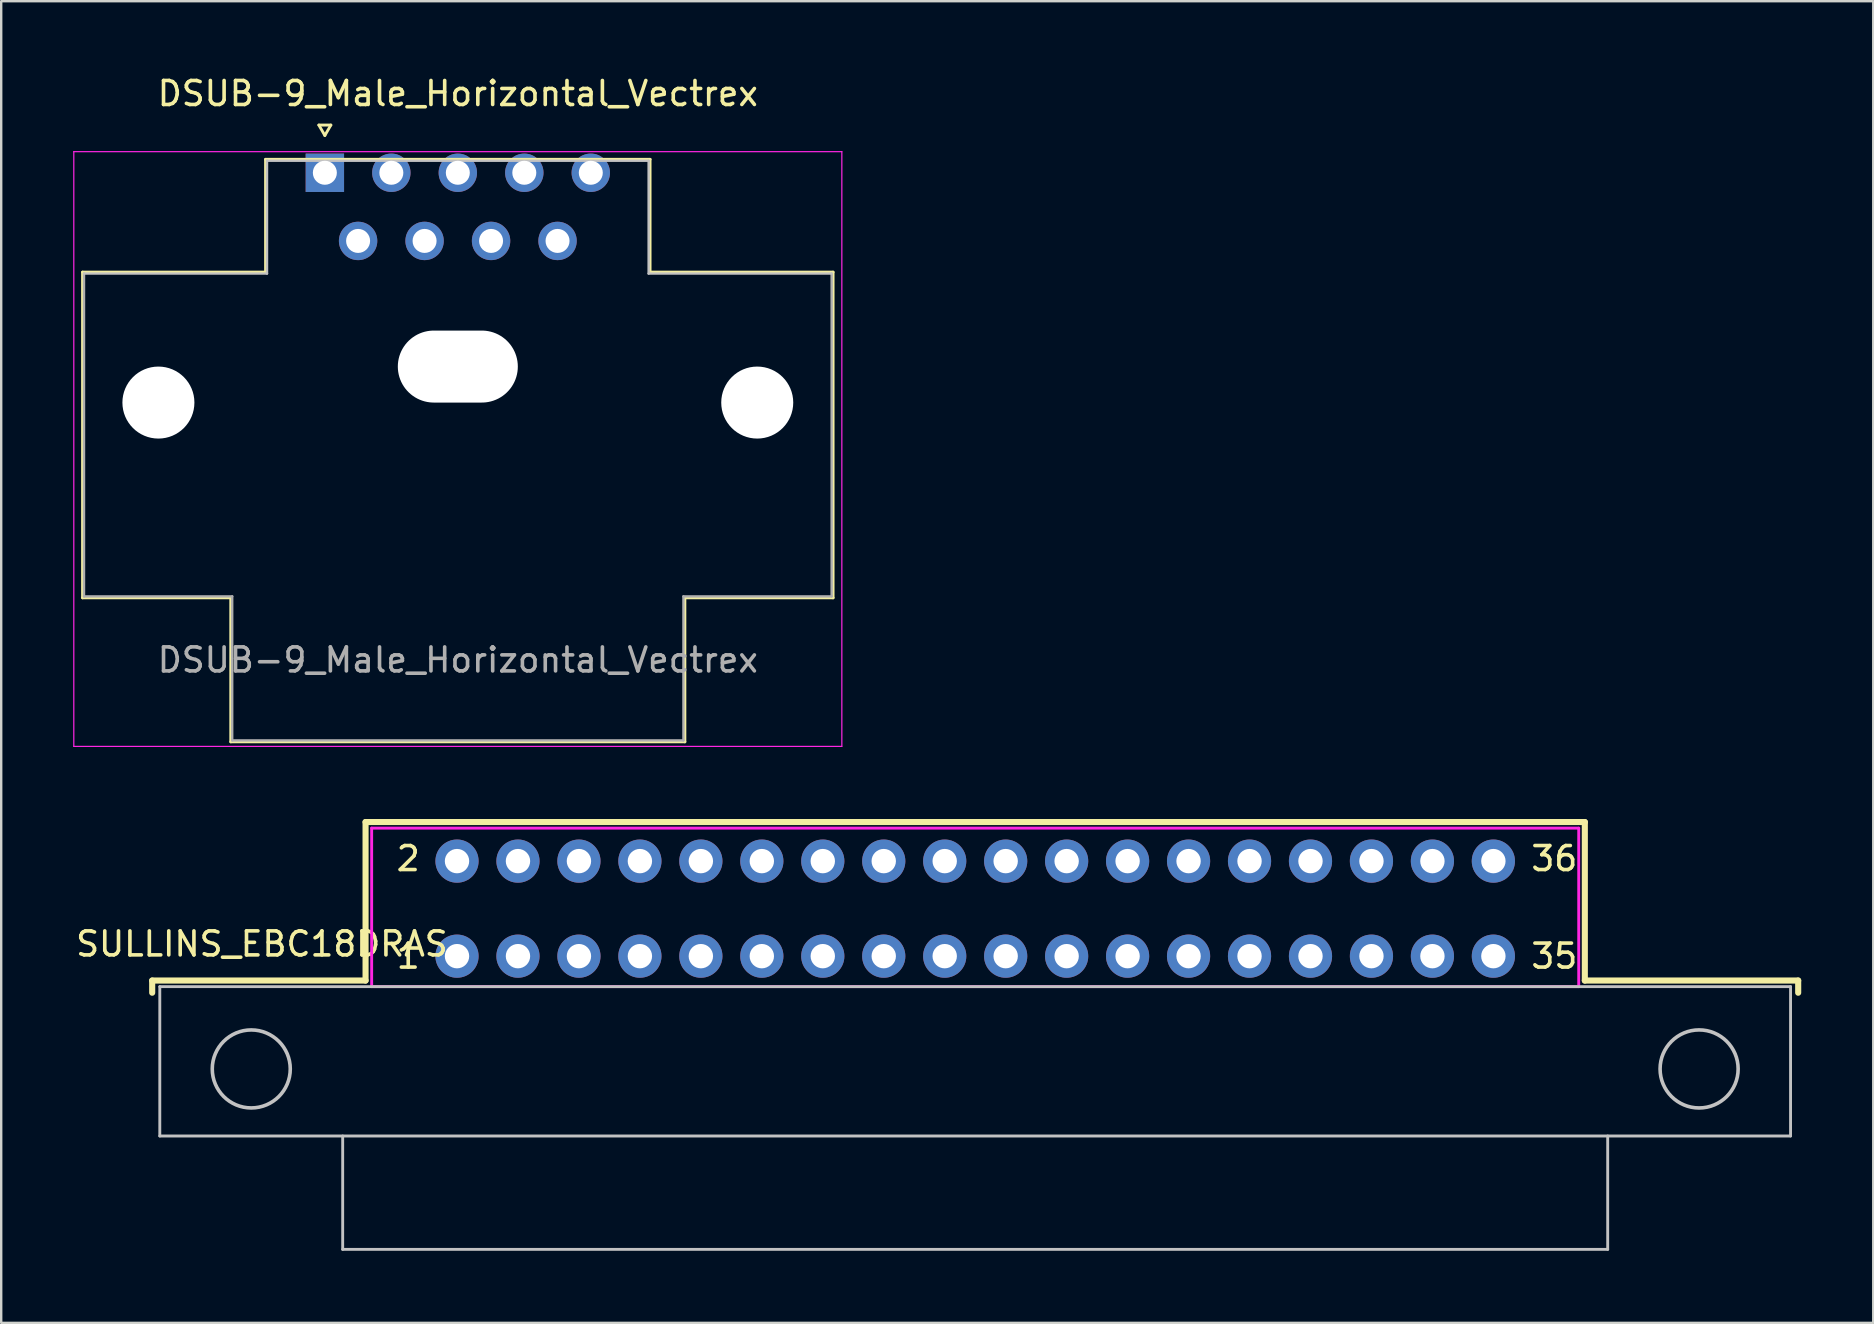
<source format=kicad_pcb>
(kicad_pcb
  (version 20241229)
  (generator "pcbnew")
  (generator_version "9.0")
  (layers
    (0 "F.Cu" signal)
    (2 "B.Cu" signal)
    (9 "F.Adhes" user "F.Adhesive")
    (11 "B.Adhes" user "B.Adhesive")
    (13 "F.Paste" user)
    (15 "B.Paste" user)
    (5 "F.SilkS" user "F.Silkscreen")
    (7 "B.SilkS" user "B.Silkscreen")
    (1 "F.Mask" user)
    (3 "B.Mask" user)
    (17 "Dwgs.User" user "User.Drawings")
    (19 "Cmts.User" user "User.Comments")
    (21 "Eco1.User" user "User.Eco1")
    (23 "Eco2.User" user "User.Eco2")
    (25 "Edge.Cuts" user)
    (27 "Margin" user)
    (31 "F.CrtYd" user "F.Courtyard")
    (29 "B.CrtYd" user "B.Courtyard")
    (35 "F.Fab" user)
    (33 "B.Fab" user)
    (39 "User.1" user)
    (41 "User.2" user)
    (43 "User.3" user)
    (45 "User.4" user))
  (footprint "DSUB-9_Male_Horizontal_Vectrex"
    (layer "F.Cu")
    (at 10.485 4.148)
    (property "Reference" "DSUB-9_Male_Horizontal_Vectrex" (at 5.54 -3.3 0) (layer "F.SilkS") (effects (font (size 1 1) (thickness 0.15))))
    (attr through_hole)
    (fp_line (start -10.095 4.14) (end -2.47 4.14) (stroke (width 0.12) (type solid)) (layer "F.SilkS"))
    (fp_line (start -10.095 17.71) (end -10.095 4.14) (stroke (width 0.12) (type solid)) (layer "F.SilkS"))
    (fp_line (start -10.095 17.71) (end -3.92 17.71) (stroke (width 0.12) (type solid)) (layer "F.SilkS"))
    (fp_line (start -3.92 17.71) (end -3.92 23.71) (stroke (width 0.12) (type solid)) (layer "F.SilkS"))
    (fp_line (start -3.92 23.71) (end 15 23.71) (stroke (width 0.12) (type solid)) (layer "F.SilkS"))
    (fp_line (start -2.47 -0.56) (end 13.55 -0.56) (stroke (width 0.12) (type solid)) (layer "F.SilkS"))
    (fp_line (start -2.47 4.14) (end -2.47 -0.56) (stroke (width 0.12) (type solid)) (layer "F.SilkS"))
    (fp_line (start -0.25 -1.987) (end 0.25 -1.987) (stroke (width 0.12) (type solid)) (layer "F.SilkS"))
    (fp_line (start 0 -1.553) (end -0.25 -1.987) (stroke (width 0.12) (type solid)) (layer "F.SilkS"))
    (fp_line (start 0.25 -1.987) (end 0 -1.553) (stroke (width 0.12) (type solid)) (layer "F.SilkS"))
    (fp_line (start 13.55 -0.56) (end 13.55 4.14) (stroke (width 0.12) (type solid)) (layer "F.SilkS"))
    (fp_line (start 15 17.71) (end 21.175 17.71) (stroke (width 0.12) (type solid)) (layer "F.SilkS"))
    (fp_line (start 15 23.71) (end 15 17.71) (stroke (width 0.12) (type solid)) (layer "F.SilkS"))
    (fp_line (start 21.175 4.14) (end 13.55 4.14) (stroke (width 0.12) (type solid)) (layer "F.SilkS"))
    (fp_line (start 21.175 4.14) (end 21.175 17.71) (stroke (width 0.12) (type solid)) (layer "F.SilkS"))
    (fp_line (start -10.035 4.2) (end -2.41 4.2) (stroke (width 0.1) (type solid)) (layer "Dwgs.User"))
    (fp_line (start -2.41 -0.5) (end -2.41 4.2) (stroke (width 0.1) (type solid)) (layer "Dwgs.User"))
    (fp_line (start -2.41 -0.5) (end 13.49 -0.5) (stroke (width 0.1) (type solid)) (layer "Dwgs.User"))
    (fp_line (start 13.49 -0.5) (end 13.49 4.2) (stroke (width 0.1) (type solid)) (layer "Dwgs.User"))
    (fp_line (start 13.49 4.2) (end 21.115 4.2) (stroke (width 0.1) (type solid)) (layer "Dwgs.User"))
    (fp_line (start -10.46 -0.88) (end -10.46 23.9) (stroke (width 0.05) (type solid)) (layer "F.CrtYd"))
    (fp_line (start -10.46 23.9) (end 21.54 23.9) (stroke (width 0.05) (type solid)) (layer "F.CrtYd"))
    (fp_line (start 21.54 -0.88) (end -10.46 -0.88) (stroke (width 0.05) (type solid)) (layer "F.CrtYd"))
    (fp_line (start 21.54 23.9) (end 21.54 -0.88) (stroke (width 0.05) (type solid)) (layer "F.CrtYd"))
    (fp_line (start -10.035 4.2) (end -10.035 17.65) (stroke (width 0.1) (type solid)) (layer "F.Fab"))
    (fp_line (start -3.86 17.65) (end -10.035 17.65) (stroke (width 0.1) (type solid)) (layer "F.Fab"))
    (fp_line (start -3.86 17.65) (end -3.86 23.65) (stroke (width 0.1) (type solid)) (layer "F.Fab"))
    (fp_line (start -3.86 23.65) (end 14.94 23.65) (stroke (width 0.1) (type solid)) (layer "F.Fab"))
    (fp_line (start 14.94 23.65) (end 14.94 17.65) (stroke (width 0.1) (type solid)) (layer "F.Fab"))
    (fp_line (start 21.115 17.65) (end 14.94 17.65) (stroke (width 0.1) (type solid)) (layer "F.Fab"))
    (fp_line (start 21.115 17.65) (end 21.115 4.2) (stroke (width 0.1) (type solid)) (layer "F.Fab"))
    (fp_text user "${REFERENCE}" (at 5.54 20.3 0) (layer "F.Fab") (effects (font (size 1 1) (thickness 0.15))))
    (pad "" np_thru_hole circle (at -6.935 9.575) (size 3 3) (drill 3) (layers "*.Cu" "*.Mask"))
    (pad "" np_thru_hole oval (at 5.54 8.075) (size 5 3) (drill oval 5 3) (layers "*.Cu" "*.Mask"))
    (pad "" np_thru_hole circle (at 18.015 9.575) (size 3 3) (drill 3) (layers "*.Cu" "*.Mask"))
    (pad "1" thru_hole rect (at 0 0) (size 1.6 1.6) (drill 1) (layers "*.Cu" "*.Mask"))
    (pad "2" thru_hole circle (at 2.77 0) (size 1.6 1.6) (drill 1) (layers "*.Cu" "*.Mask"))
    (pad "3" thru_hole circle (at 5.54 0) (size 1.6 1.6) (drill 1) (layers "*.Cu" "*.Mask"))
    (pad "4" thru_hole circle (at 8.31 0) (size 1.6 1.6) (drill 1) (layers "*.Cu" "*.Mask"))
    (pad "5" thru_hole circle (at 11.08 0) (size 1.6 1.6) (drill 1) (layers "*.Cu" "*.Mask"))
    (pad "6" thru_hole circle (at 1.385 2.84) (size 1.6 1.6) (drill 1) (layers "*.Cu" "*.Mask"))
    (pad "7" thru_hole circle (at 4.155 2.84) (size 1.6 1.6) (drill 1) (layers "*.Cu" "*.Mask"))
    (pad "8" thru_hole circle (at 6.925 2.84) (size 1.6 1.6) (drill 1) (layers "*.Cu" "*.Mask"))
    (pad "9" thru_hole circle (at 9.695 2.84) (size 1.6 1.6) (drill 1) (layers "*.Cu" "*.Mask")))
  (footprint "SULLINS_EBC18DRAS"
    (layer "F.Cu")
    (at 15.991 36.788)
    (property "Reference" "SULLINS_EBC18DRAS" (at -8.128 -0.508 180) (layer "F.SilkS") (effects (font (size 1 1) (thickness 0.15))))
    (attr through_hole)
    (fp_line (start -12.7 1.016) (end -12.7 1.524) (stroke (width 0.254) (type solid)) (layer "F.SilkS"))
    (fp_line (start -3.81 -5.588) (end 46.99 -5.588) (stroke (width 0.254) (type solid)) (layer "F.SilkS"))
    (fp_line (start -3.81 1.016) (end -12.7 1.016) (stroke (width 0.254) (type solid)) (layer "F.SilkS"))
    (fp_line (start -3.81 1.016) (end -3.81 -5.588) (stroke (width 0.254) (type solid)) (layer "F.SilkS"))
    (fp_line (start 46.99 -5.588) (end 46.99 1.016) (stroke (width 0.254) (type solid)) (layer "F.SilkS"))
    (fp_line (start 46.99 1.016) (end 55.88 1.016) (stroke (width 0.254) (type solid)) (layer "F.SilkS"))
    (fp_line (start 55.88 1.016) (end 55.88 1.524) (stroke (width 0.254) (type solid)) (layer "F.SilkS"))
    (fp_line (start -12.383 1.27) (end 55.562 1.27) (stroke (width 0.12) (type solid)) (layer "Dwgs.User"))
    (fp_line (start -12.383 7.493) (end -12.383 1.27) (stroke (width 0.12) (type solid)) (layer "Dwgs.User"))
    (fp_line (start -12.383 7.493) (end 55.562 7.493) (stroke (width 0.12) (type solid)) (layer "Dwgs.User"))
    (fp_line (start -4.763 12.217) (end -4.763 7.493) (stroke (width 0.12) (type solid)) (layer "Dwgs.User"))
    (fp_line (start -4.763 12.217) (end 47.943 12.217) (stroke (width 0.12) (type solid)) (layer "Dwgs.User"))
    (fp_line (start 47.943 12.217) (end 47.943 7.493) (stroke (width 0.12) (type solid)) (layer "Dwgs.User"))
    (fp_line (start 55.562 1.27) (end 55.562 7.493) (stroke (width 0.12) (type solid)) (layer "Dwgs.User"))
    (fp_circle (center -8.572 4.699) (end -6.947 4.699) (stroke (width 0.15) (type solid)) (fill no) (layer "Dwgs.User"))
    (fp_circle (center 51.752 4.699) (end 53.378 4.699) (stroke (width 0.15) (type solid)) (fill no) (layer "Dwgs.User"))
    (fp_line (start -3.556 -5.334) (end -3.556 1.27) (stroke (width 0.12) (type solid)) (layer "F.CrtYd"))
    (fp_line (start -3.556 1.27) (end 46.736 1.27) (stroke (width 0.12) (type solid)) (layer "F.CrtYd"))
    (fp_line (start 46.736 -5.334) (end -3.556 -5.334) (stroke (width 0.12) (type solid)) (layer "F.CrtYd"))
    (fp_line (start 46.736 1.27) (end 46.736 -5.334) (stroke (width 0.12) (type solid)) (layer "F.CrtYd"))
    (fp_text user "36" (at 45.72 -4.064 0) (layer "F.SilkS") (effects (font (size 1 1) (thickness 0.15))))
    (fp_text user "2" (at -2.032 -4.064 0) (layer "F.SilkS") (effects (font (size 1 1) (thickness 0.15))))
    (fp_text user "1" (at -2.032 0 0) (layer "F.SilkS") (effects (font (size 1 1) (thickness 0.15))))
    (fp_text user "35" (at 45.72 0 0) (layer "F.SilkS") (effects (font (size 1 1) (thickness 0.15))))
    (pad "1" thru_hole circle (at 0 0) (size 1.8 1.8) (drill 1.016) (layers "*.Cu" "*.Mask"))
    (pad "2" thru_hole circle (at 0 -3.96) (size 1.8 1.8) (drill 1.016) (layers "*.Cu" "*.Mask"))
    (pad "3" thru_hole circle (at 2.54 0) (size 1.8 1.8) (drill 1.016) (layers "*.Cu" "*.Mask"))
    (pad "4" thru_hole circle (at 2.54 -3.96) (size 1.8 1.8) (drill 1.016) (layers "*.Cu" "*.Mask"))
    (pad "5" thru_hole circle (at 5.08 0) (size 1.8 1.8) (drill 1.016) (layers "*.Cu" "*.Mask"))
    (pad "6" thru_hole circle (at 5.08 -3.96) (size 1.8 1.8) (drill 1.016) (layers "*.Cu" "*.Mask"))
    (pad "7" thru_hole circle (at 7.62 0) (size 1.8 1.8) (drill 1.016) (layers "*.Cu" "*.Mask"))
    (pad "8" thru_hole circle (at 7.62 -3.96) (size 1.8 1.8) (drill 1.016) (layers "*.Cu" "*.Mask"))
    (pad "9" thru_hole circle (at 10.16 0) (size 1.8 1.8) (drill 1.016) (layers "*.Cu" "*.Mask"))
    (pad "10" thru_hole circle (at 10.16 -3.96) (size 1.8 1.8) (drill 1.016) (layers "*.Cu" "*.Mask"))
    (pad "11" thru_hole circle (at 12.7 0) (size 1.8 1.8) (drill 1.016) (layers "*.Cu" "*.Mask"))
    (pad "12" thru_hole circle (at 12.7 -3.96) (size 1.8 1.8) (drill 1.016) (layers "*.Cu" "*.Mask"))
    (pad "13" thru_hole circle (at 15.24 0) (size 1.8 1.8) (drill 1.016) (layers "*.Cu" "*.Mask"))
    (pad "14" thru_hole circle (at 15.24 -3.96) (size 1.8 1.8) (drill 1.016) (layers "*.Cu" "*.Mask"))
    (pad "15" thru_hole circle (at 17.78 0) (size 1.8 1.8) (drill 1.016) (layers "*.Cu" "*.Mask"))
    (pad "16" thru_hole circle (at 17.78 -3.96) (size 1.8 1.8) (drill 1.016) (layers "*.Cu" "*.Mask"))
    (pad "17" thru_hole circle (at 20.32 0) (size 1.8 1.8) (drill 1.016) (layers "*.Cu" "*.Mask"))
    (pad "18" thru_hole circle (at 20.32 -3.96) (size 1.8 1.8) (drill 1.016) (layers "*.Cu" "*.Mask"))
    (pad "19" thru_hole circle (at 22.86 0) (size 1.8 1.8) (drill 1.016) (layers "*.Cu" "*.Mask"))
    (pad "20" thru_hole circle (at 22.86 -3.96) (size 1.8 1.8) (drill 1.016) (layers "*.Cu" "*.Mask"))
    (pad "21" thru_hole circle (at 25.4 0) (size 1.8 1.8) (drill 1.016) (layers "*.Cu" "*.Mask"))
    (pad "22" thru_hole circle (at 25.4 -3.96) (size 1.8 1.8) (drill 1.016) (layers "*.Cu" "*.Mask"))
    (pad "23" thru_hole circle (at 27.94 0) (size 1.8 1.8) (drill 1.016) (layers "*.Cu" "*.Mask"))
    (pad "24" thru_hole circle (at 27.94 -3.96) (size 1.8 1.8) (drill 1.016) (layers "*.Cu" "*.Mask"))
    (pad "25" thru_hole circle (at 30.48 0) (size 1.8 1.8) (drill 1.016) (layers "*.Cu" "*.Mask"))
    (pad "26" thru_hole circle (at 30.48 -3.96) (size 1.8 1.8) (drill 1.016) (layers "*.Cu" "*.Mask"))
    (pad "27" thru_hole circle (at 33.02 0) (size 1.8 1.8) (drill 1.016) (layers "*.Cu" "*.Mask"))
    (pad "28" thru_hole circle (at 33.02 -3.96) (size 1.8 1.8) (drill 1.016) (layers "*.Cu" "*.Mask"))
    (pad "29" thru_hole circle (at 35.56 0) (size 1.8 1.8) (drill 1.016) (layers "*.Cu" "*.Mask"))
    (pad "30" thru_hole circle (at 35.56 -3.96) (size 1.8 1.8) (drill 1.016) (layers "*.Cu" "*.Mask"))
    (pad "31" thru_hole circle (at 38.1 0) (size 1.8 1.8) (drill 1.016) (layers "*.Cu" "*.Mask"))
    (pad "32" thru_hole circle (at 38.1 -3.96) (size 1.8 1.8) (drill 1.016) (layers "*.Cu" "*.Mask"))
    (pad "33" thru_hole circle (at 40.64 0) (size 1.8 1.8) (drill 1.016) (layers "*.Cu" "*.Mask"))
    (pad "34" thru_hole circle (at 40.64 -3.96) (size 1.8 1.8) (drill 1.016) (layers "*.Cu" "*.Mask"))
    (pad "35" thru_hole circle (at 43.18 0) (size 1.8 1.8) (drill 1.016) (layers "*.Cu" "*.Mask"))
    (pad "36" thru_hole circle (at 43.18 -3.96) (size 1.8 1.8) (drill 1.016) (layers "*.Cu" "*.Mask")))
  (gr_rect
    (start -3 -3)
    (end 74.998 52.066)
    (stroke (width 0.1) (type default))
    (fill no)
    (layer "Edge.Cuts")))
</source>
